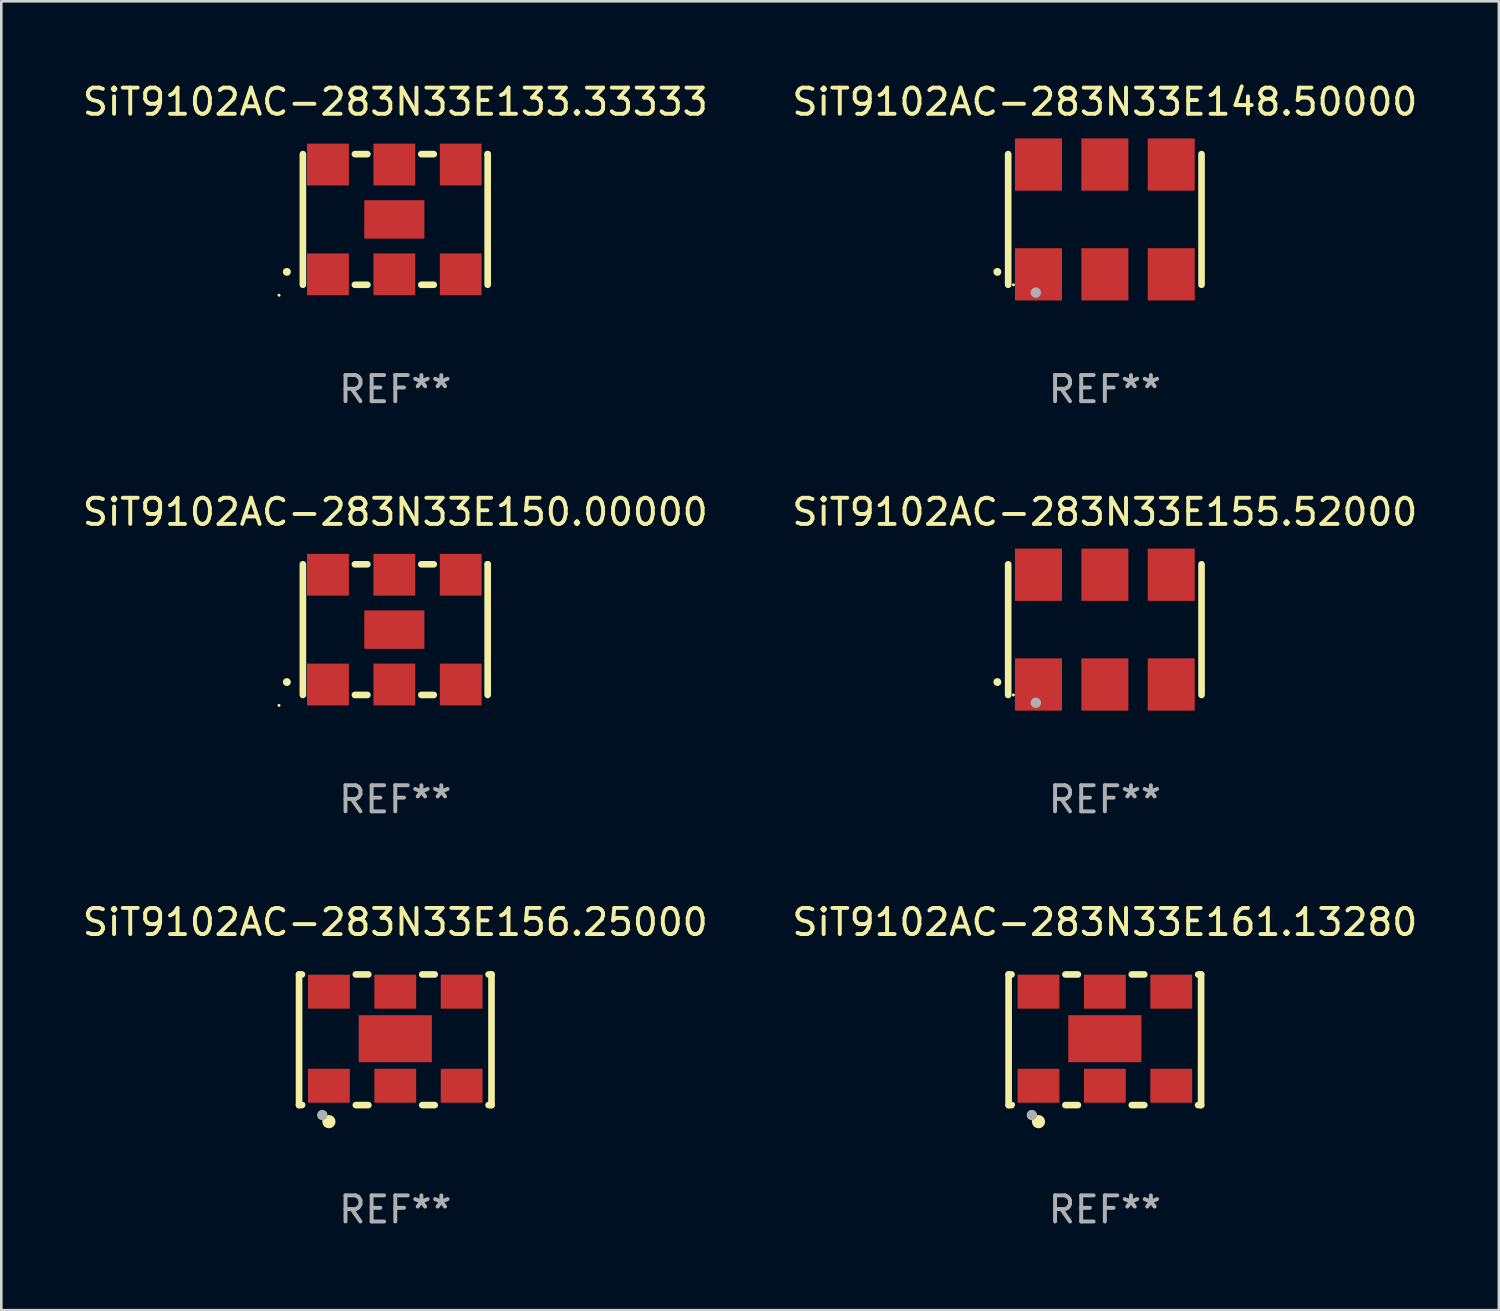
<source format=kicad_pcb>
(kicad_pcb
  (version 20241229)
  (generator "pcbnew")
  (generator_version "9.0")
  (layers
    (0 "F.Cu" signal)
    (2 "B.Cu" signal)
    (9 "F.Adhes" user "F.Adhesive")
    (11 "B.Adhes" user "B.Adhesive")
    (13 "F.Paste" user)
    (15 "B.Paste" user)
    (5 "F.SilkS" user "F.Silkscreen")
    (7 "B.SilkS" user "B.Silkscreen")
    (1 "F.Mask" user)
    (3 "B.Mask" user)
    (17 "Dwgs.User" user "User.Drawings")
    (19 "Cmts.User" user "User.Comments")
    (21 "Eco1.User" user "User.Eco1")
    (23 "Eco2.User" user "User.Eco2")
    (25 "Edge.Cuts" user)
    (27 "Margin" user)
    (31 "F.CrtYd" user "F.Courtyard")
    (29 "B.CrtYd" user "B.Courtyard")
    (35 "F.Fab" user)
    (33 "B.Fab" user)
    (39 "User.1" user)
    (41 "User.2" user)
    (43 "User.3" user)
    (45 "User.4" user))
  (footprint "SiT9102AC-283N33E156.25000"
    (layer "F.Cu")
    (at 12.077 36.741)
    (property "Reference" "SiT9102AC-283N33E156.25000" (at 0 -4.5 0) (layer "F.SilkS") (effects (font (size 1 1) (thickness 0.15))))
    (attr through_hole)
    (fp_line (start -3.683 -2.5) (end -3.571 -2.5) (stroke (width 0.254) (type solid)) (layer "F.SilkS"))
    (fp_line (start -3.683 2.5) (end -3.683 -2.5) (stroke (width 0.254) (type solid)) (layer "F.SilkS"))
    (fp_line (start -3.683 2.5) (end -3.571 2.5) (stroke (width 0.254) (type solid)) (layer "F.SilkS"))
    (fp_line (start -1.509 -2.5) (end -1.031 -2.5) (stroke (width 0.254) (type solid)) (layer "F.SilkS"))
    (fp_line (start -1.509 2.5) (end -1.031 2.5) (stroke (width 0.254) (type solid)) (layer "F.SilkS"))
    (fp_line (start 1.031 -2.5) (end 1.509 -2.5) (stroke (width 0.254) (type solid)) (layer "F.SilkS"))
    (fp_line (start 1.031 2.5) (end 1.509 2.5) (stroke (width 0.254) (type solid)) (layer "F.SilkS"))
    (fp_line (start 3.571 -2.5) (end 3.683 -2.5) (stroke (width 0.254) (type solid)) (layer "F.SilkS"))
    (fp_line (start 3.571 2.5) (end 3.683 2.5) (stroke (width 0.254) (type solid)) (layer "F.SilkS"))
    (fp_line (start 3.683 2.5) (end 3.683 -2.5) (stroke (width 0.254) (type solid)) (layer "F.SilkS"))
    (fp_circle (center -3.5 2.46) (end -3.47 2.46) (stroke (width 0.06) (type solid)) (fill no) (layer "F.SilkS"))
    (fp_circle (center -2.54 3.135) (end -2.413 3.135) (stroke (width 0.254) (type solid)) (fill no) (layer "F.SilkS"))
    (fp_circle (center -2.794 2.881) (end -2.694 2.881) (stroke (width 0.2) (type solid)) (fill no) (layer "F.Fab"))
    (fp_text user "REF**" (at 0 6.5 0) (layer "F.Fab") (effects (font (size 1 1) (thickness 0.15))))
    (pad "1" smd rect (at -2.54 1.76) (size 1.6 1.3) (layers "F.Cu" "F.Mask" "F.Paste"))
    (pad "2" smd rect (at 0 1.76) (size 1.6 1.3) (layers "F.Cu" "F.Mask" "F.Paste"))
    (pad "3" smd rect (at 2.54 1.76) (size 1.6 1.3) (layers "F.Cu" "F.Mask" "F.Paste"))
    (pad "4" smd rect (at 2.54 -1.84) (size 1.6 1.3) (layers "F.Cu" "F.Mask" "F.Paste"))
    (pad "5" smd rect (at 0 -1.84) (size 1.6 1.3) (layers "F.Cu" "F.Mask" "F.Paste"))
    (pad "6" smd rect (at -2.54 -1.84) (size 1.6 1.3) (layers "F.Cu" "F.Mask" "F.Paste"))
    (pad "7" smd rect (at 0 -0.04) (size 2.8 1.8) (layers "F.Cu" "F.Mask" "F.Paste")))
  (footprint "SiT9102AC-283N33E155.52000"
    (layer "F.Cu")
    (at 39.232 21.045)
    (property "Reference" "SiT9102AC-283N33E155.52000" (at 0 -4.5 0) (layer "F.SilkS") (effects (font (size 1 1) (thickness 0.15))))
    (attr through_hole)
    (fp_line (start -3.7 -2.5) (end -3.7 2.5) (stroke (width 0.254) (type solid)) (layer "F.SilkS"))
    (fp_line (start 3.7 -2.5) (end 3.7 2.5) (stroke (width 0.254) (type solid)) (layer "F.SilkS"))
    (fp_arc (start -4.114415 2.006604) (mid -4.113145 2.006599) (end -4.111875 2.006604) (stroke (width 0.3) (type solid)) (layer "F.SilkS"))
    (fp_circle (center -3.5 2.501) (end -3.47 2.501) (stroke (width 0.06) (type solid)) (fill no) (layer "F.SilkS"))
    (fp_circle (center -2.641 2.799) (end -2.541 2.799) (stroke (width 0.2) (type solid)) (fill no) (layer "F.Fab"))
    (fp_text user "REF**" (at 0 6.5 0) (layer "F.Fab") (effects (font (size 1 1) (thickness 0.15))))
    (pad "1" smd rect (at -2.54 2.1) (size 1.8 2) (layers "F.Cu" "F.Mask" "F.Paste"))
    (pad "2" smd rect (at 0.000394 2.1) (size 1.8 2) (layers "F.Cu" "F.Mask" "F.Paste"))
    (pad "3" smd rect (at 2.54 2.1) (size 1.8 2) (layers "F.Cu" "F.Mask" "F.Paste"))
    (pad "4" smd rect (at 2.54 -2.1) (size 1.8 2) (layers "F.Cu" "F.Mask" "F.Paste"))
    (pad "5" smd rect (at 0.000394 -2.1) (size 1.8 2) (layers "F.Cu" "F.Mask" "F.Paste"))
    (pad "6" smd rect (at -2.54 -2.1) (size 1.8 2) (layers "F.Cu" "F.Mask" "F.Paste")))
  (footprint "SiT9102AC-283N33E133.33333"
    (layer "F.Cu")
    (at 12.077 5.348)
    (property "Reference" "SiT9102AC-283N33E133.33333" (at 0 -4.5 0) (layer "F.SilkS") (effects (font (size 1 1) (thickness 0.15))))
    (attr through_hole)
    (fp_line (start -3.536 -2.5) (end -3.536 2.5) (stroke (width 0.254) (type solid)) (layer "F.SilkS"))
    (fp_line (start -1.544 2.5) (end -1.067 2.5) (stroke (width 0.254) (type solid)) (layer "F.SilkS"))
    (fp_line (start -1.067 -2.5) (end -1.544 -2.5) (stroke (width 0.254) (type solid)) (layer "F.SilkS"))
    (fp_line (start 0.996 2.5) (end 1.473 2.5) (stroke (width 0.254) (type solid)) (layer "F.SilkS"))
    (fp_line (start 1.473 -2.5) (end 0.996 -2.5) (stroke (width 0.254) (type solid)) (layer "F.SilkS"))
    (fp_line (start 3.536 -2.5) (end 3.536 -2.5) (stroke (width 0.254) (type solid)) (layer "F.SilkS"))
    (fp_line (start 3.536 2.5) (end 3.536 -2.5) (stroke (width 0.254) (type solid)) (layer "F.SilkS"))
    (fp_arc (start -4.150432 2.006604) (mid -4.149162 2.006599) (end -4.147892 2.006604) (stroke (width 0.3) (type solid)) (layer "F.SilkS"))
    (fp_circle (center -4.449 2.9) (end -4.419 2.9) (stroke (width 0.06) (type solid)) (fill no) (layer "F.SilkS"))
    (fp_text user "REF**" (at 0 6.5 0) (layer "F.Fab") (effects (font (size 1 1) (thickness 0.15))))
    (pad "1" smd rect (at -2.576 2.1) (size 1.6 1.6) (layers "F.Cu" "F.Mask" "F.Paste"))
    (pad "2" smd rect (at -0.036 2.1) (size 1.6 1.6) (layers "F.Cu" "F.Mask" "F.Paste"))
    (pad "3" smd rect (at 2.504 2.1) (size 1.6 1.6) (layers "F.Cu" "F.Mask" "F.Paste"))
    (pad "4" smd rect (at 2.504 -2.1) (size 1.6 1.6) (layers "F.Cu" "F.Mask" "F.Paste"))
    (pad "5" smd rect (at -0.036 -2.1) (size 1.6 1.6) (layers "F.Cu" "F.Mask" "F.Paste"))
    (pad "6" smd rect (at -2.576 -2.1) (size 1.6 1.6) (layers "F.Cu" "F.Mask" "F.Paste"))
    (pad "7" smd rect (at -0.036 0) (size 2.3 1.47) (layers "F.Cu" "F.Mask" "F.Paste")))
  (footprint "SiT9102AC-283N33E150.00000"
    (layer "F.Cu")
    (at 12.077 21.045)
    (property "Reference" "SiT9102AC-283N33E150.00000" (at 0 -4.5 0) (layer "F.SilkS") (effects (font (size 1 1) (thickness 0.15))))
    (attr through_hole)
    (fp_line (start -3.536 -2.5) (end -3.536 2.5) (stroke (width 0.254) (type solid)) (layer "F.SilkS"))
    (fp_line (start -1.544 2.5) (end -1.067 2.5) (stroke (width 0.254) (type solid)) (layer "F.SilkS"))
    (fp_line (start -1.067 -2.5) (end -1.544 -2.5) (stroke (width 0.254) (type solid)) (layer "F.SilkS"))
    (fp_line (start 0.996 2.5) (end 1.473 2.5) (stroke (width 0.254) (type solid)) (layer "F.SilkS"))
    (fp_line (start 1.473 -2.5) (end 0.996 -2.5) (stroke (width 0.254) (type solid)) (layer "F.SilkS"))
    (fp_line (start 3.536 -2.5) (end 3.536 -2.5) (stroke (width 0.254) (type solid)) (layer "F.SilkS"))
    (fp_line (start 3.536 2.5) (end 3.536 -2.5) (stroke (width 0.254) (type solid)) (layer "F.SilkS"))
    (fp_arc (start -4.150432 2.006604) (mid -4.149162 2.006599) (end -4.147892 2.006604) (stroke (width 0.3) (type solid)) (layer "F.SilkS"))
    (fp_circle (center -4.449 2.9) (end -4.419 2.9) (stroke (width 0.06) (type solid)) (fill no) (layer "F.SilkS"))
    (fp_text user "REF**" (at 0 6.5 0) (layer "F.Fab") (effects (font (size 1 1) (thickness 0.15))))
    (pad "1" smd rect (at -2.576 2.1) (size 1.6 1.6) (layers "F.Cu" "F.Mask" "F.Paste"))
    (pad "2" smd rect (at -0.036 2.1) (size 1.6 1.6) (layers "F.Cu" "F.Mask" "F.Paste"))
    (pad "3" smd rect (at 2.504 2.1) (size 1.6 1.6) (layers "F.Cu" "F.Mask" "F.Paste"))
    (pad "4" smd rect (at 2.504 -2.1) (size 1.6 1.6) (layers "F.Cu" "F.Mask" "F.Paste"))
    (pad "5" smd rect (at -0.036 -2.1) (size 1.6 1.6) (layers "F.Cu" "F.Mask" "F.Paste"))
    (pad "6" smd rect (at -2.576 -2.1) (size 1.6 1.6) (layers "F.Cu" "F.Mask" "F.Paste"))
    (pad "7" smd rect (at -0.036 0) (size 2.3 1.47) (layers "F.Cu" "F.Mask" "F.Paste")))
  (footprint "SiT9102AC-283N33E148.50000"
    (layer "F.Cu")
    (at 39.232 5.348)
    (property "Reference" "SiT9102AC-283N33E148.50000" (at 0 -4.5 0) (layer "F.SilkS") (effects (font (size 1 1) (thickness 0.15))))
    (attr through_hole)
    (fp_line (start -3.7 -2.5) (end -3.7 2.5) (stroke (width 0.254) (type solid)) (layer "F.SilkS"))
    (fp_line (start 3.7 -2.5) (end 3.7 2.5) (stroke (width 0.254) (type solid)) (layer "F.SilkS"))
    (fp_arc (start -4.114415 2.006604) (mid -4.113145 2.006599) (end -4.111875 2.006604) (stroke (width 0.3) (type solid)) (layer "F.SilkS"))
    (fp_circle (center -3.5 2.501) (end -3.47 2.501) (stroke (width 0.06) (type solid)) (fill no) (layer "F.SilkS"))
    (fp_circle (center -2.641 2.799) (end -2.541 2.799) (stroke (width 0.2) (type solid)) (fill no) (layer "F.Fab"))
    (fp_text user "REF**" (at 0 6.5 0) (layer "F.Fab") (effects (font (size 1 1) (thickness 0.15))))
    (pad "1" smd rect (at -2.54 2.1) (size 1.8 2) (layers "F.Cu" "F.Mask" "F.Paste"))
    (pad "2" smd rect (at 0.000394 2.1) (size 1.8 2) (layers "F.Cu" "F.Mask" "F.Paste"))
    (pad "3" smd rect (at 2.54 2.1) (size 1.8 2) (layers "F.Cu" "F.Mask" "F.Paste"))
    (pad "4" smd rect (at 2.54 -2.1) (size 1.8 2) (layers "F.Cu" "F.Mask" "F.Paste"))
    (pad "5" smd rect (at 0.000394 -2.1) (size 1.8 2) (layers "F.Cu" "F.Mask" "F.Paste"))
    (pad "6" smd rect (at -2.54 -2.1) (size 1.8 2) (layers "F.Cu" "F.Mask" "F.Paste")))
  (footprint "SiT9102AC-283N33E161.13280"
    (layer "F.Cu")
    (at 39.232 36.741)
    (property "Reference" "SiT9102AC-283N33E161.13280" (at 0 -4.5 0) (layer "F.SilkS") (effects (font (size 1 1) (thickness 0.15))))
    (attr through_hole)
    (fp_line (start -3.683 -2.5) (end -3.571 -2.5) (stroke (width 0.254) (type solid)) (layer "F.SilkS"))
    (fp_line (start -3.683 2.5) (end -3.683 -2.5) (stroke (width 0.254) (type solid)) (layer "F.SilkS"))
    (fp_line (start -3.683 2.5) (end -3.571 2.5) (stroke (width 0.254) (type solid)) (layer "F.SilkS"))
    (fp_line (start -1.509 -2.5) (end -1.031 -2.5) (stroke (width 0.254) (type solid)) (layer "F.SilkS"))
    (fp_line (start -1.509 2.5) (end -1.031 2.5) (stroke (width 0.254) (type solid)) (layer "F.SilkS"))
    (fp_line (start 1.031 -2.5) (end 1.509 -2.5) (stroke (width 0.254) (type solid)) (layer "F.SilkS"))
    (fp_line (start 1.031 2.5) (end 1.509 2.5) (stroke (width 0.254) (type solid)) (layer "F.SilkS"))
    (fp_line (start 3.571 -2.5) (end 3.683 -2.5) (stroke (width 0.254) (type solid)) (layer "F.SilkS"))
    (fp_line (start 3.571 2.5) (end 3.683 2.5) (stroke (width 0.254) (type solid)) (layer "F.SilkS"))
    (fp_line (start 3.683 2.5) (end 3.683 -2.5) (stroke (width 0.254) (type solid)) (layer "F.SilkS"))
    (fp_circle (center -3.5 2.46) (end -3.47 2.46) (stroke (width 0.06) (type solid)) (fill no) (layer "F.SilkS"))
    (fp_circle (center -2.54 3.135) (end -2.413 3.135) (stroke (width 0.254) (type solid)) (fill no) (layer "F.SilkS"))
    (fp_circle (center -2.794 2.881) (end -2.694 2.881) (stroke (width 0.2) (type solid)) (fill no) (layer "F.Fab"))
    (fp_text user "REF**" (at 0 6.5 0) (layer "F.Fab") (effects (font (size 1 1) (thickness 0.15))))
    (pad "1" smd rect (at -2.54 1.76) (size 1.6 1.3) (layers "F.Cu" "F.Mask" "F.Paste"))
    (pad "2" smd rect (at 0 1.76) (size 1.6 1.3) (layers "F.Cu" "F.Mask" "F.Paste"))
    (pad "3" smd rect (at 2.54 1.76) (size 1.6 1.3) (layers "F.Cu" "F.Mask" "F.Paste"))
    (pad "4" smd rect (at 2.54 -1.84) (size 1.6 1.3) (layers "F.Cu" "F.Mask" "F.Paste"))
    (pad "5" smd rect (at 0 -1.84) (size 1.6 1.3) (layers "F.Cu" "F.Mask" "F.Paste"))
    (pad "6" smd rect (at -2.54 -1.84) (size 1.6 1.3) (layers "F.Cu" "F.Mask" "F.Paste"))
    (pad "7" smd rect (at 0 -0.04) (size 2.8 1.8) (layers "F.Cu" "F.Mask" "F.Paste")))
  (gr_rect
    (start -3 -3)
    (end 54.31 47.09)
    (stroke (width 0.1) (type default))
    (fill no)
    (layer "Edge.Cuts")))
</source>
